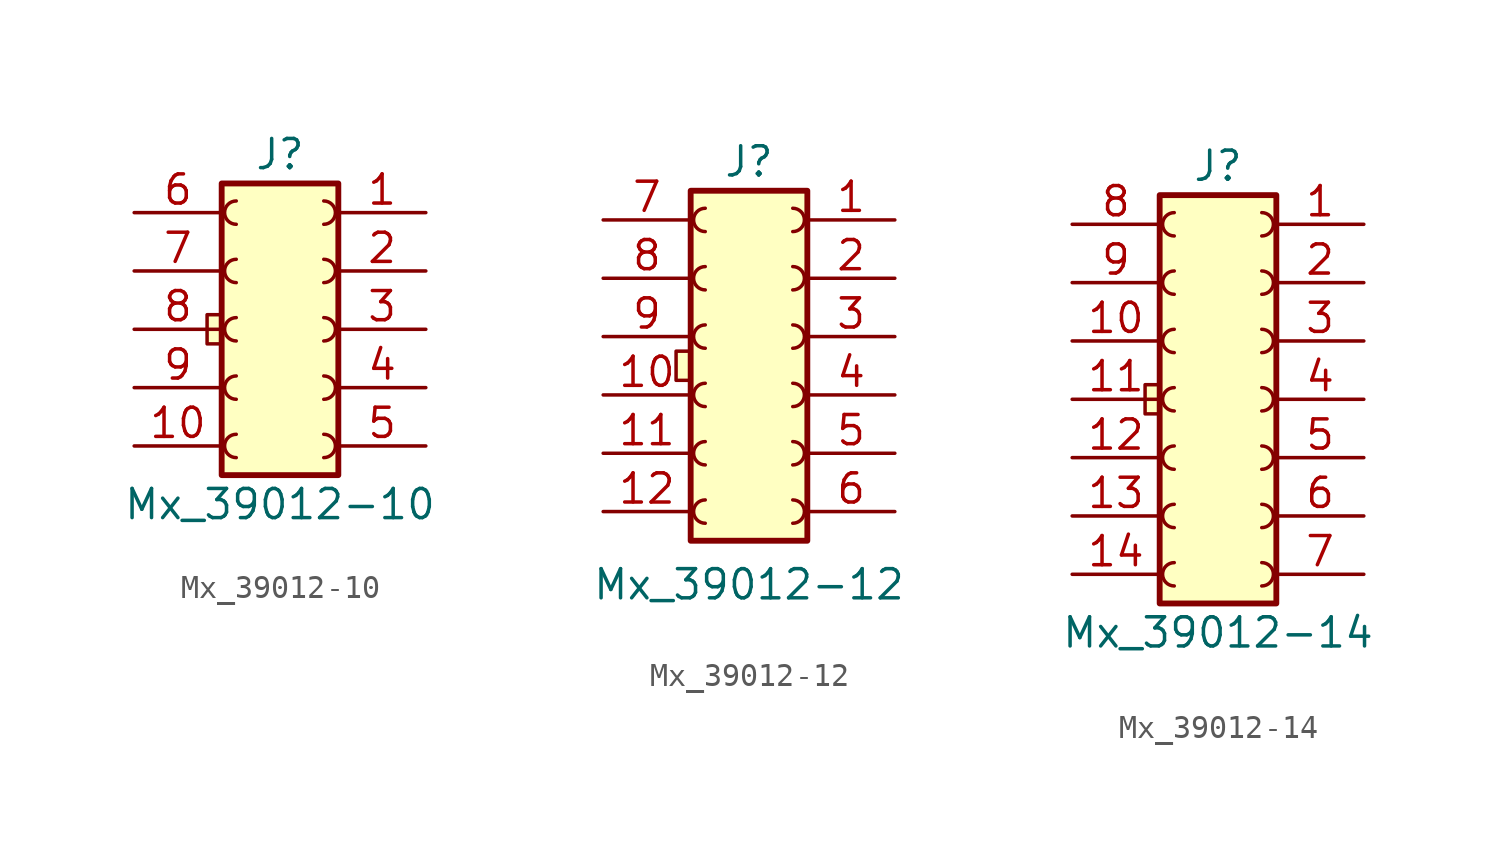
<source format=kicad_sym>
(kicad_symbol_lib
  (version 20220914)
  (generator kicad_symbol_editor)
  (symbol "Mx_39012-10"
    (pin_names
      (offset 1.016) hide)
    (property "Reference" "J"
      (at 0 7.62 0)
      (effects (font (size 1.27 1.27))))
    (property "Value" "Mx_39012-10"
      (at 0 -7.62 0)
      (effects (font (size 1.27 1.27))))
    (symbol "Mx_39012-10_0_1"
      (rectangle (start -3.175 0.635) (end -2.54 -0.635) (stroke (width 0) (type default)) (fill (type background))))
    (symbol "Mx_39012-10_1_1"
      (arc (start -1.905 -4.572) (mid -2.4108 -5.08) (end -1.905 -5.588) (stroke (width 0) (type default)) (fill (type none)))
      (arc (start -1.905 -2.032) (mid -2.4108 -2.54) (end -1.905 -3.048) (stroke (width 0) (type default)) (fill (type none)))
      (arc (start -1.905 0.508) (mid -2.4108 0) (end -1.905 -0.508) (stroke (width 0) (type default)) (fill (type none)))
      (arc (start -1.905 3.048) (mid -2.4108 2.54) (end -1.905 2.032) (stroke (width 0) (type default)) (fill (type none)))
      (arc (start -1.905 5.588) (mid -2.4108 5.08) (end -1.905 4.572) (stroke (width 0) (type default)) (fill (type none)))
      (arc (start 1.905 -5.588) (mid 2.4108 -5.08) (end 1.905 -4.572) (stroke (width 0) (type default)) (fill (type none)))
      (arc (start 1.905 -3.048) (mid 2.4108 -2.54) (end 1.905 -2.032) (stroke (width 0) (type default)) (fill (type none)))
      (arc (start 1.905 -0.508) (mid 2.4108 0) (end 1.905 0.508) (stroke (width 0) (type default)) (fill (type none)))
      (arc (start 1.905 2.032) (mid 2.4108 2.54) (end 1.905 3.048) (stroke (width 0) (type default)) (fill (type none)))
      (arc (start 1.905 4.572) (mid 2.4108 5.08) (end 1.905 5.588) (stroke (width 0) (type default)) (fill (type none)))
      (rectangle (start 2.54 6.35) (end -2.54 -6.35) (stroke (width 0.254) (type default)) (fill (type background)))
      (pin passive line (at 6.35 5.08 180) (length 3.81) (name "Pin_1" (effects (font (size 1.27 1.27)))) (number "1" (effects (font (size 1.27 1.27)))))
      (pin passive line (at -6.35 -5.08 0) (length 3.81) (name "Pin_10" (effects (font (size 1.27 1.27)))) (number "10" (effects (font (size 1.27 1.27)))))
      (pin passive line (at 6.35 2.54 180) (length 3.81) (name "Pin_2" (effects (font (size 1.27 1.27)))) (number "2" (effects (font (size 1.27 1.27)))))
      (pin passive line (at 6.35 0 180) (length 3.81) (name "Pin_3" (effects (font (size 1.27 1.27)))) (number "3" (effects (font (size 1.27 1.27)))))
      (pin passive line (at 6.35 -2.54 180) (length 3.81) (name "Pin_4" (effects (font (size 1.27 1.27)))) (number "4" (effects (font (size 1.27 1.27)))))
      (pin passive line (at 6.35 -5.08 180) (length 3.81) (name "Pin_5" (effects (font (size 1.27 1.27)))) (number "5" (effects (font (size 1.27 1.27)))))
      (pin passive line (at -6.35 5.08 0) (length 3.81) (name "Pin_6" (effects (font (size 1.27 1.27)))) (number "6" (effects (font (size 1.27 1.27)))))
      (pin passive line (at -6.35 2.54 0) (length 3.81) (name "Pin_7" (effects (font (size 1.27 1.27)))) (number "7" (effects (font (size 1.27 1.27)))))
      (pin passive line (at -6.35 0 0) (length 3.81) (name "Pin_8" (effects (font (size 1.27 1.27)))) (number "8" (effects (font (size 1.27 1.27)))))
      (pin passive line (at -6.35 -2.54 0) (length 3.81) (name "Pin_9" (effects (font (size 1.27 1.27)))) (number "9" (effects (font (size 1.27 1.27)))))))
  (symbol "Mx_39012-12"
    (pin_names
      (offset 1.016) hide)
    (property "Reference" "J"
      (at 0 7.62 0)
      (effects (font (size 1.27 1.27))))
    (property "Value" "Mx_39012-12"
      (at 0 -10.795 0)
      (effects (font (size 1.27 1.27))))
    (symbol "Mx_39012-12_0_1"
      (rectangle (start -3.175 -0.635) (end -2.54 -1.905) (stroke (width 0) (type default)) (fill (type background))))
    (symbol "Mx_39012-12_1_1"
      (rectangle (start -2.54 6.35) (end 2.54 -8.89) (stroke (width 0.254) (type default)) (fill (type background)))
      (arc (start -1.905 -7.112) (mid -2.4108 -7.62) (end -1.905 -8.128) (stroke (width 0) (type default)) (fill (type none)))
      (arc (start -1.905 -4.572) (mid -2.4108 -5.08) (end -1.905 -5.588) (stroke (width 0) (type default)) (fill (type none)))
      (arc (start -1.905 -2.032) (mid -2.4108 -2.54) (end -1.905 -3.048) (stroke (width 0) (type default)) (fill (type none)))
      (arc (start -1.905 0.508) (mid -2.4108 0) (end -1.905 -0.508) (stroke (width 0) (type default)) (fill (type none)))
      (arc (start -1.905 3.048) (mid -2.4108 2.54) (end -1.905 2.032) (stroke (width 0) (type default)) (fill (type none)))
      (arc (start -1.905 5.588) (mid -2.4108 5.08) (end -1.905 4.572) (stroke (width 0) (type default)) (fill (type none)))
      (arc (start 1.905 -8.128) (mid 2.4108 -7.62) (end 1.905 -7.112) (stroke (width 0) (type default)) (fill (type none)))
      (arc (start 1.905 -5.588) (mid 2.4108 -5.08) (end 1.905 -4.572) (stroke (width 0) (type default)) (fill (type none)))
      (arc (start 1.905 -3.048) (mid 2.4108 -2.54) (end 1.905 -2.032) (stroke (width 0) (type default)) (fill (type none)))
      (arc (start 1.905 -0.508) (mid 2.4108 0) (end 1.905 0.508) (stroke (width 0) (type default)) (fill (type none)))
      (arc (start 1.905 2.032) (mid 2.4108 2.54) (end 1.905 3.048) (stroke (width 0) (type default)) (fill (type none)))
      (arc (start 1.905 4.572) (mid 2.4108 5.08) (end 1.905 5.588) (stroke (width 0) (type default)) (fill (type none)))
      (pin passive line (at 6.35 5.08 180) (length 3.81) (name "Pin_1" (effects (font (size 1.27 1.27)))) (number "1" (effects (font (size 1.27 1.27)))))
      (pin passive line (at -6.35 -2.54 0) (length 3.81) (name "Pin_10" (effects (font (size 1.27 1.27)))) (number "10" (effects (font (size 1.27 1.27)))))
      (pin passive line (at -6.35 -5.08 0) (length 3.81) (name "Pin_11" (effects (font (size 1.27 1.27)))) (number "11" (effects (font (size 1.27 1.27)))))
      (pin passive line (at -6.35 -7.62 0) (length 3.81) (name "Pin_12" (effects (font (size 1.27 1.27)))) (number "12" (effects (font (size 1.27 1.27)))))
      (pin passive line (at 6.35 2.54 180) (length 3.81) (name "Pin_2" (effects (font (size 1.27 1.27)))) (number "2" (effects (font (size 1.27 1.27)))))
      (pin passive line (at 6.35 0 180) (length 3.81) (name "Pin_3" (effects (font (size 1.27 1.27)))) (number "3" (effects (font (size 1.27 1.27)))))
      (pin passive line (at 6.35 -2.54 180) (length 3.81) (name "Pin_4" (effects (font (size 1.27 1.27)))) (number "4" (effects (font (size 1.27 1.27)))))
      (pin passive line (at 6.35 -5.08 180) (length 3.81) (name "Pin_5" (effects (font (size 1.27 1.27)))) (number "5" (effects (font (size 1.27 1.27)))))
      (pin passive line (at 6.35 -7.62 180) (length 3.81) (name "Pin_6" (effects (font (size 1.27 1.27)))) (number "6" (effects (font (size 1.27 1.27)))))
      (pin passive line (at -6.35 5.08 0) (length 3.81) (name "Pin_7" (effects (font (size 1.27 1.27)))) (number "7" (effects (font (size 1.27 1.27)))))
      (pin passive line (at -6.35 2.54 0) (length 3.81) (name "Pin_8" (effects (font (size 1.27 1.27)))) (number "8" (effects (font (size 1.27 1.27)))))
      (pin passive line (at -6.35 0 0) (length 3.81) (name "Pin_9" (effects (font (size 1.27 1.27)))) (number "9" (effects (font (size 1.27 1.27)))))))
  (symbol "Mx_39012-14"
    (pin_names
      (offset 1.016) hide)
    (property "Reference" "J"
      (at 0 10.16 0)
      (effects (font (size 1.27 1.27))))
    (property "Value" "Mx_39012-14"
      (at 0 -10.16 0)
      (effects (font (size 1.27 1.27))))
    (symbol "Mx_39012-14_0_1"
      (rectangle (start -3.175 0.635) (end -2.54 -0.635) (stroke (width 0) (type default)) (fill (type background))))
    (symbol "Mx_39012-14_1_1"
      (rectangle (start -2.54 8.89) (end 2.54 -8.89) (stroke (width 0.254) (type default)) (fill (type background)))
      (arc (start -1.905 -7.112) (mid -2.4108 -7.62) (end -1.905 -8.128) (stroke (width 0) (type default)) (fill (type none)))
      (arc (start -1.905 -4.572) (mid -2.4108 -5.08) (end -1.905 -5.588) (stroke (width 0) (type default)) (fill (type none)))
      (arc (start -1.905 -2.032) (mid -2.4108 -2.54) (end -1.905 -3.048) (stroke (width 0) (type default)) (fill (type none)))
      (arc (start -1.905 0.508) (mid -2.4108 0) (end -1.905 -0.508) (stroke (width 0) (type default)) (fill (type none)))
      (arc (start -1.905 3.048) (mid -2.4108 2.54) (end -1.905 2.032) (stroke (width 0) (type default)) (fill (type none)))
      (arc (start -1.905 5.588) (mid -2.4108 5.08) (end -1.905 4.572) (stroke (width 0) (type default)) (fill (type none)))
      (arc (start -1.905 8.128) (mid -2.4108 7.62) (end -1.905 7.112) (stroke (width 0) (type default)) (fill (type none)))
      (arc (start 1.905 -8.128) (mid 2.4108 -7.62) (end 1.905 -7.112) (stroke (width 0) (type default)) (fill (type none)))
      (arc (start 1.905 -5.588) (mid 2.4108 -5.08) (end 1.905 -4.572) (stroke (width 0) (type default)) (fill (type none)))
      (arc (start 1.905 -3.048) (mid 2.4108 -2.54) (end 1.905 -2.032) (stroke (width 0) (type default)) (fill (type none)))
      (arc (start 1.905 -0.508) (mid 2.4108 0) (end 1.905 0.508) (stroke (width 0) (type default)) (fill (type none)))
      (arc (start 1.905 2.032) (mid 2.4108 2.54) (end 1.905 3.048) (stroke (width 0) (type default)) (fill (type none)))
      (arc (start 1.905 4.572) (mid 2.4108 5.08) (end 1.905 5.588) (stroke (width 0) (type default)) (fill (type none)))
      (arc (start 1.905 7.112) (mid 2.4108 7.62) (end 1.905 8.128) (stroke (width 0) (type default)) (fill (type none)))
      (pin passive line (at 6.35 7.62 180) (length 3.81) (name "Pin_1" (effects (font (size 1.27 1.27)))) (number "1" (effects (font (size 1.27 1.27)))))
      (pin passive line (at -6.35 2.54 0) (length 3.81) (name "Pin_10" (effects (font (size 1.27 1.27)))) (number "10" (effects (font (size 1.27 1.27)))))
      (pin passive line (at -6.35 0 0) (length 3.81) (name "Pin_11" (effects (font (size 1.27 1.27)))) (number "11" (effects (font (size 1.27 1.27)))))
      (pin passive line (at -6.35 -2.54 0) (length 3.81) (name "Pin_12" (effects (font (size 1.27 1.27)))) (number "12" (effects (font (size 1.27 1.27)))))
      (pin passive line (at -6.35 -5.08 0) (length 3.81) (name "Pin_13" (effects (font (size 1.27 1.27)))) (number "13" (effects (font (size 1.27 1.27)))))
      (pin passive line (at -6.35 -7.62 0) (length 3.81) (name "Pin_14" (effects (font (size 1.27 1.27)))) (number "14" (effects (font (size 1.27 1.27)))))
      (pin passive line (at 6.35 5.08 180) (length 3.81) (name "Pin_2" (effects (font (size 1.27 1.27)))) (number "2" (effects (font (size 1.27 1.27)))))
      (pin passive line (at 6.35 2.54 180) (length 3.81) (name "Pin_3" (effects (font (size 1.27 1.27)))) (number "3" (effects (font (size 1.27 1.27)))))
      (pin passive line (at 6.35 0 180) (length 3.81) (name "Pin_4" (effects (font (size 1.27 1.27)))) (number "4" (effects (font (size 1.27 1.27)))))
      (pin passive line (at 6.35 -2.54 180) (length 3.81) (name "Pin_5" (effects (font (size 1.27 1.27)))) (number "5" (effects (font (size 1.27 1.27)))))
      (pin passive line (at 6.35 -5.08 180) (length 3.81) (name "Pin_6" (effects (font (size 1.27 1.27)))) (number "6" (effects (font (size 1.27 1.27)))))
      (pin passive line (at 6.35 -7.62 180) (length 3.81) (name "Pin_7" (effects (font (size 1.27 1.27)))) (number "7" (effects (font (size 1.27 1.27)))))
      (pin passive line (at -6.35 7.62 0) (length 3.81) (name "Pin_8" (effects (font (size 1.27 1.27)))) (number "8" (effects (font (size 1.27 1.27)))))
      (pin passive line (at -6.35 5.08 0) (length 3.81) (name "Pin_9" (effects (font (size 1.27 1.27)))) (number "9" (effects (font (size 1.27 1.27))))))))
</source>
